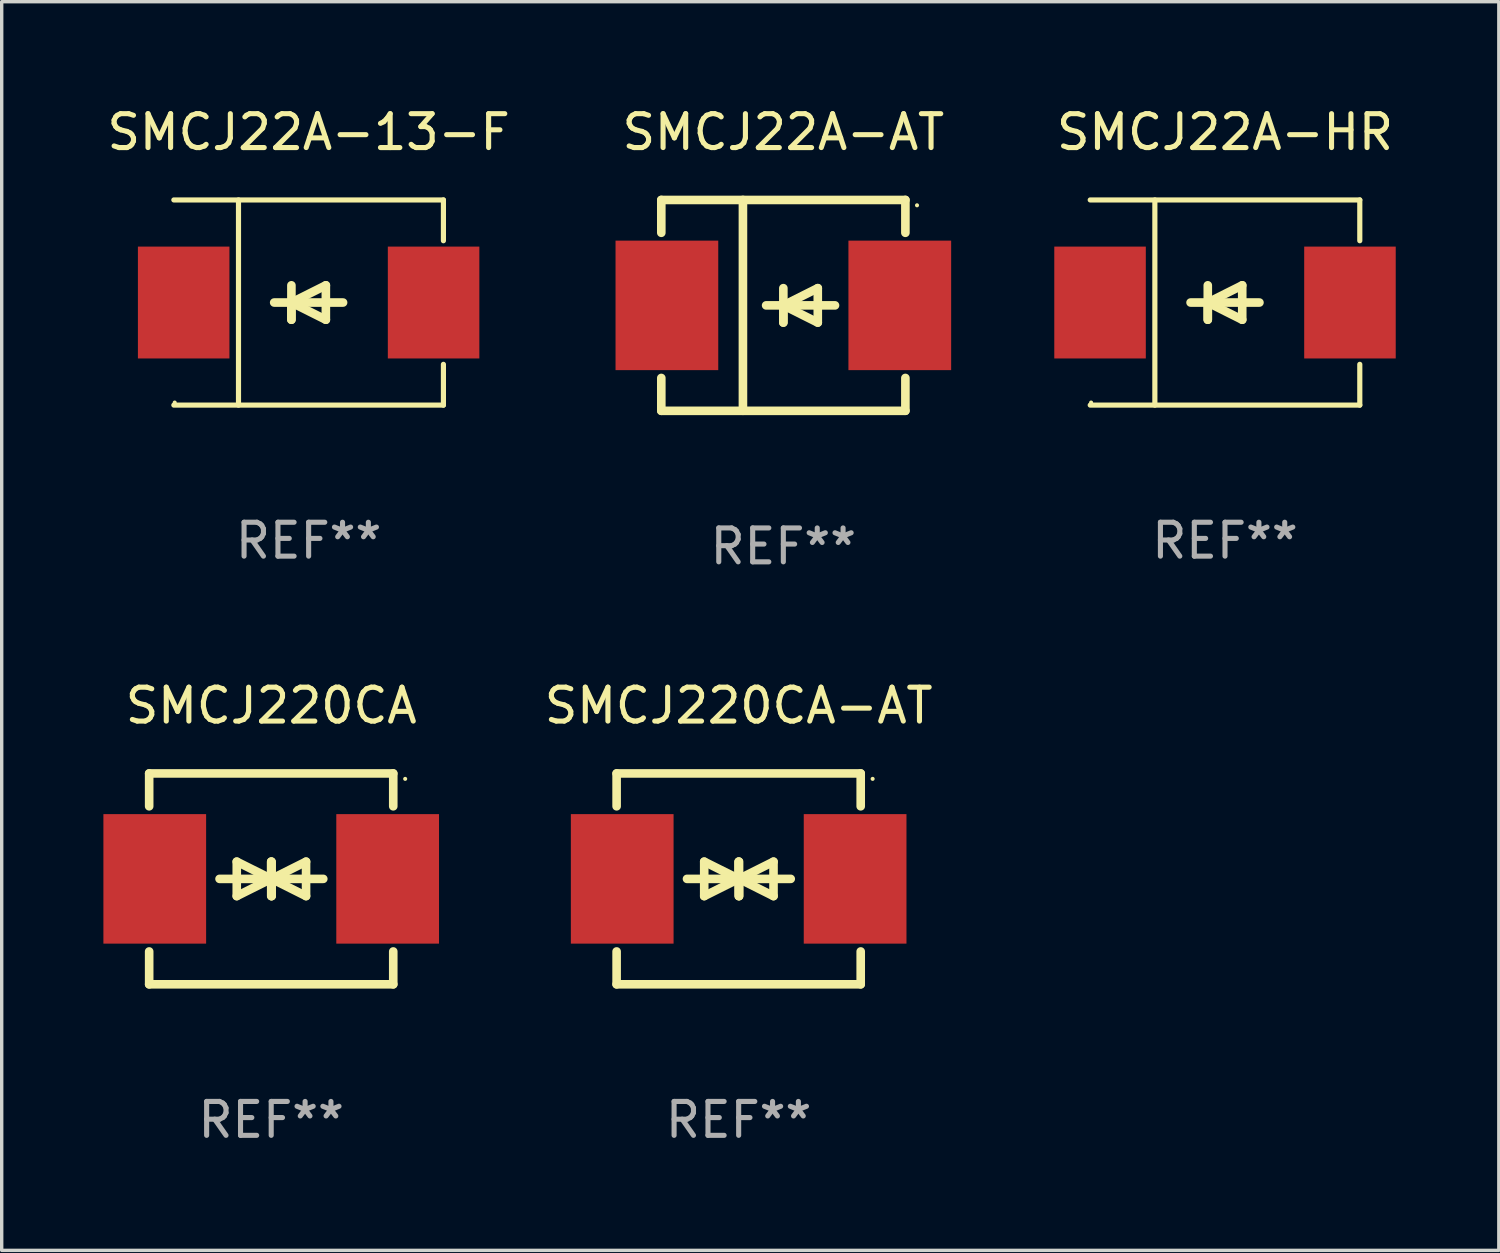
<source format=kicad_pcb>
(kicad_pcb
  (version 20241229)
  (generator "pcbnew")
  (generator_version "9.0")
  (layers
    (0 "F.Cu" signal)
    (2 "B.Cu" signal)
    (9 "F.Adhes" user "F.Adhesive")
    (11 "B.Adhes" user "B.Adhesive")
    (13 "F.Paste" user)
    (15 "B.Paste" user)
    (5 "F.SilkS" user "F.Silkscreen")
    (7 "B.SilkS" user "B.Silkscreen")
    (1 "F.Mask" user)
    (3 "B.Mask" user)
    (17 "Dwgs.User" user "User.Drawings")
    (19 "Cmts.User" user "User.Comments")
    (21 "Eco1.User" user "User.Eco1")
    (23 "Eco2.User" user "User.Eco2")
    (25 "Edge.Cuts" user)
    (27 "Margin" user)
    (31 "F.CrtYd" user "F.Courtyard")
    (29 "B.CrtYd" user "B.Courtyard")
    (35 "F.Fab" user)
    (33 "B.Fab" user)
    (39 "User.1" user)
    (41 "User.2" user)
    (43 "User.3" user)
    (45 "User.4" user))
  (footprint "SMCJ220CA"
    (layer "F.Cu")
    (at 4.95 22.875)
    (property "Reference" "SMCJ220CA" (at 0 -5.11 0) (layer "F.SilkS") (effects (font (size 1 1) (thickness 0.15))))
    (attr through_hole)
    (fp_line (start -3.6 -2.141) (end -3.6 -3.11) (stroke (width 0.254) (type solid)) (layer "F.SilkS"))
    (fp_line (start -3.6 3.11) (end -3.6 2.141) (stroke (width 0.254) (type solid)) (layer "F.SilkS"))
    (fp_line (start -1.524 0) (end 0.508 0) (stroke (width 0.254) (type solid)) (layer "F.SilkS"))
    (fp_line (start -1.016 -0.508) (end -1.016 0.508) (stroke (width 0.254) (type solid)) (layer "F.SilkS"))
    (fp_line (start -1.016 0.508) (end 0 0) (stroke (width 0.254) (type solid)) (layer "F.SilkS"))
    (fp_line (start 0 -0.508) (end 0 0.508) (stroke (width 0.254) (type solid)) (layer "F.SilkS"))
    (fp_line (start 0 0) (end -1.016 -0.508) (stroke (width 0.254) (type solid)) (layer "F.SilkS"))
    (fp_line (start 0 0) (end 0 -0.508) (stroke (width 0.254) (type solid)) (layer "F.SilkS"))
    (fp_line (start 0.012 0) (end 0.012 0.508) (stroke (width 0.254) (type solid)) (layer "F.SilkS"))
    (fp_line (start 0.012 0) (end 1.028 0.508) (stroke (width 0.254) (type solid)) (layer "F.SilkS"))
    (fp_line (start 0.012 0.508) (end 0.012 -0.508) (stroke (width 0.254) (type solid)) (layer "F.SilkS"))
    (fp_line (start 1.028 -0.508) (end 0.012 0) (stroke (width 0.254) (type solid)) (layer "F.SilkS"))
    (fp_line (start 1.028 0.508) (end 1.028 -0.508) (stroke (width 0.254) (type solid)) (layer "F.SilkS"))
    (fp_line (start 1.536 0) (end -0.496 0) (stroke (width 0.254) (type solid)) (layer "F.SilkS"))
    (fp_line (start 3.6 -3.11) (end -3.6 -3.11) (stroke (width 0.254) (type solid)) (layer "F.SilkS"))
    (fp_line (start 3.6 -2.141) (end 3.6 -3.11) (stroke (width 0.254) (type solid)) (layer "F.SilkS"))
    (fp_line (start 3.6 3.11) (end -3.6 3.11) (stroke (width 0.254) (type solid)) (layer "F.SilkS"))
    (fp_line (start 3.6 3.11) (end 3.6 2.141) (stroke (width 0.254) (type solid)) (layer "F.SilkS"))
    (fp_circle (center 3.952 -2.95) (end 3.982 -2.95) (stroke (width 0.06) (type solid)) (fill no) (layer "F.SilkS"))
    (fp_text user "REF**" (at 0 7.11 0) (layer "F.Fab") (effects (font (size 1 1) (thickness 0.15))))
    (pad "1" smd rect (at 3.435 0) (size 3.03 3.82) (layers "F.Cu" "F.Mask" "F.Paste"))
    (pad "2" smd rect (at -3.435 0) (size 3.03 3.82) (layers "F.Cu" "F.Mask" "F.Paste")))
  (footprint "SMCJ22A-AT"
    (layer "F.Cu")
    (at 20.057 5.958)
    (property "Reference" "SMCJ22A-AT" (at 0 -5.11 0) (layer "F.SilkS") (effects (font (size 1 1) (thickness 0.15))))
    (attr through_hole)
    (fp_line (start -3.6 -3.11) (end -3.6 -2.141) (stroke (width 0.254) (type solid)) (layer "F.SilkS"))
    (fp_line (start -3.6 -3.11) (end 3.6 -3.11) (stroke (width 0.254) (type solid)) (layer "F.SilkS"))
    (fp_line (start -3.6 2.141) (end -3.6 3.11) (stroke (width 0.254) (type solid)) (layer "F.SilkS"))
    (fp_line (start -3.6 3.11) (end 3.6 3.11) (stroke (width 0.254) (type solid)) (layer "F.SilkS"))
    (fp_line (start -1.192 -3.11) (end -1.192 3.11) (stroke (width 0.254) (type solid)) (layer "F.SilkS"))
    (fp_line (start 0 0) (end 0 0.508) (stroke (width 0.254) (type solid)) (layer "F.SilkS"))
    (fp_line (start 0 0) (end 1.016 0.508) (stroke (width 0.254) (type solid)) (layer "F.SilkS"))
    (fp_line (start 0 0.508) (end 0 -0.508) (stroke (width 0.254) (type solid)) (layer "F.SilkS"))
    (fp_line (start 1.016 -0.508) (end 0 0) (stroke (width 0.254) (type solid)) (layer "F.SilkS"))
    (fp_line (start 1.016 0.508) (end 1.016 -0.508) (stroke (width 0.254) (type solid)) (layer "F.SilkS"))
    (fp_line (start 1.524 0) (end -0.508 0) (stroke (width 0.254) (type solid)) (layer "F.SilkS"))
    (fp_line (start 3.6 -3.11) (end 3.6 -2.141) (stroke (width 0.254) (type solid)) (layer "F.SilkS"))
    (fp_line (start 3.6 2.141) (end 3.6 3.11) (stroke (width 0.254) (type solid)) (layer "F.SilkS"))
    (fp_circle (center 3.943 -2.952) (end 3.973 -2.952) (stroke (width 0.06) (type solid)) (fill no) (layer "F.SilkS"))
    (fp_text user "REF**" (at 0 7.11 0) (layer "F.Fab") (effects (font (size 1 1) (thickness 0.15))))
    (pad "1" smd rect (at 3.435 0 180) (size 3.03 3.82) (layers "F.Cu" "F.Mask" "F.Paste"))
    (pad "2" smd rect (at -3.435 0 180) (size 3.03 3.82) (layers "F.Cu" "F.Mask" "F.Paste")))
  (footprint "SMCJ22A-13-F"
    (layer "F.Cu")
    (at 6.054 5.874)
    (property "Reference" "SMCJ22A-13-F" (at 0 -5.026 0) (layer "F.SilkS") (effects (font (size 1 1) (thickness 0.15))))
    (attr through_hole)
    (fp_line (start -3.976 -3.026) (end 3.976 -3.026) (stroke (width 0.152) (type solid)) (layer "F.SilkS"))
    (fp_line (start -3.976 3.026) (end 3.976 3.026) (stroke (width 0.152) (type solid)) (layer "F.SilkS"))
    (fp_line (start -2.069 -3.026) (end -2.069 3.026) (stroke (width 0.152) (type solid)) (layer "F.SilkS"))
    (fp_line (start -0.508 0) (end -0.508 0.508) (stroke (width 0.254) (type solid)) (layer "F.SilkS"))
    (fp_line (start -0.508 0) (end 0.508 0.508) (stroke (width 0.254) (type solid)) (layer "F.SilkS"))
    (fp_line (start -0.508 0.508) (end -0.508 -0.508) (stroke (width 0.254) (type solid)) (layer "F.SilkS"))
    (fp_line (start 0.508 -0.508) (end -0.508 0) (stroke (width 0.254) (type solid)) (layer "F.SilkS"))
    (fp_line (start 0.508 0.508) (end 0.508 -0.508) (stroke (width 0.254) (type solid)) (layer "F.SilkS"))
    (fp_line (start 1.016 0) (end -1.016 0) (stroke (width 0.254) (type solid)) (layer "F.SilkS"))
    (fp_line (start 3.976 -3.026) (end 3.976 -1.823) (stroke (width 0.152) (type solid)) (layer "F.SilkS"))
    (fp_line (start 3.976 3.026) (end 3.976 1.823) (stroke (width 0.152) (type solid)) (layer "F.SilkS"))
    (fp_circle (center -3.95 2.95) (end -3.92 2.95) (stroke (width 0.06) (type solid)) (fill no) (layer "F.SilkS"))
    (fp_text user "REF**" (at 0 7.026 0) (layer "F.Fab") (effects (font (size 1 1) (thickness 0.15))))
    (pad "1" smd rect (at -3.686 0) (size 2.7 3.3) (layers "F.Cu" "F.Mask" "F.Paste"))
    (pad "2" smd rect (at 3.686 0) (size 2.7 3.3) (layers "F.Cu" "F.Mask" "F.Paste")))
  (footprint "SMCJ22A-HR"
    (layer "F.Cu")
    (at 33.085 5.874)
    (property "Reference" "SMCJ22A-HR" (at 0 -5.026 0) (layer "F.SilkS") (effects (font (size 1 1) (thickness 0.15))))
    (attr through_hole)
    (fp_line (start -3.976 -3.026) (end 3.976 -3.026) (stroke (width 0.152) (type solid)) (layer "F.SilkS"))
    (fp_line (start -3.976 3.026) (end 3.976 3.026) (stroke (width 0.152) (type solid)) (layer "F.SilkS"))
    (fp_line (start -2.069 -3.026) (end -2.069 3.026) (stroke (width 0.152) (type solid)) (layer "F.SilkS"))
    (fp_line (start -0.508 0) (end -0.508 0.508) (stroke (width 0.254) (type solid)) (layer "F.SilkS"))
    (fp_line (start -0.508 0) (end 0.508 0.508) (stroke (width 0.254) (type solid)) (layer "F.SilkS"))
    (fp_line (start -0.508 0.508) (end -0.508 -0.508) (stroke (width 0.254) (type solid)) (layer "F.SilkS"))
    (fp_line (start 0.508 -0.508) (end -0.508 0) (stroke (width 0.254) (type solid)) (layer "F.SilkS"))
    (fp_line (start 0.508 0.508) (end 0.508 -0.508) (stroke (width 0.254) (type solid)) (layer "F.SilkS"))
    (fp_line (start 1.016 0) (end -1.016 0) (stroke (width 0.254) (type solid)) (layer "F.SilkS"))
    (fp_line (start 3.976 -3.026) (end 3.976 -1.823) (stroke (width 0.152) (type solid)) (layer "F.SilkS"))
    (fp_line (start 3.976 3.026) (end 3.976 1.823) (stroke (width 0.152) (type solid)) (layer "F.SilkS"))
    (fp_circle (center -3.95 2.95) (end -3.92 2.95) (stroke (width 0.06) (type solid)) (fill no) (layer "F.SilkS"))
    (fp_text user "REF**" (at 0 7.026 0) (layer "F.Fab") (effects (font (size 1 1) (thickness 0.15))))
    (pad "1" smd rect (at -3.686 0) (size 2.7 3.3) (layers "F.Cu" "F.Mask" "F.Paste"))
    (pad "2" smd rect (at 3.686 0) (size 2.7 3.3) (layers "F.Cu" "F.Mask" "F.Paste")))
  (footprint "SMCJ220CA-AT"
    (layer "F.Cu")
    (at 18.739 22.875)
    (property "Reference" "SMCJ220CA-AT" (at 0 -5.11 0) (layer "F.SilkS") (effects (font (size 1 1) (thickness 0.15))))
    (attr through_hole)
    (fp_line (start -3.6 -2.141) (end -3.6 -3.11) (stroke (width 0.254) (type solid)) (layer "F.SilkS"))
    (fp_line (start -3.6 3.11) (end -3.6 2.141) (stroke (width 0.254) (type solid)) (layer "F.SilkS"))
    (fp_line (start -1.524 0) (end 0.508 0) (stroke (width 0.254) (type solid)) (layer "F.SilkS"))
    (fp_line (start -1.016 -0.508) (end -1.016 0.508) (stroke (width 0.254) (type solid)) (layer "F.SilkS"))
    (fp_line (start -1.016 0.508) (end 0 0) (stroke (width 0.254) (type solid)) (layer "F.SilkS"))
    (fp_line (start 0 -0.508) (end 0 0.508) (stroke (width 0.254) (type solid)) (layer "F.SilkS"))
    (fp_line (start 0 0) (end -1.016 -0.508) (stroke (width 0.254) (type solid)) (layer "F.SilkS"))
    (fp_line (start 0 0) (end 0 -0.508) (stroke (width 0.254) (type solid)) (layer "F.SilkS"))
    (fp_line (start 0.012 0) (end 0.012 0.508) (stroke (width 0.254) (type solid)) (layer "F.SilkS"))
    (fp_line (start 0.012 0) (end 1.028 0.508) (stroke (width 0.254) (type solid)) (layer "F.SilkS"))
    (fp_line (start 0.012 0.508) (end 0.012 -0.508) (stroke (width 0.254) (type solid)) (layer "F.SilkS"))
    (fp_line (start 1.028 -0.508) (end 0.012 0) (stroke (width 0.254) (type solid)) (layer "F.SilkS"))
    (fp_line (start 1.028 0.508) (end 1.028 -0.508) (stroke (width 0.254) (type solid)) (layer "F.SilkS"))
    (fp_line (start 1.536 0) (end -0.496 0) (stroke (width 0.254) (type solid)) (layer "F.SilkS"))
    (fp_line (start 3.6 -3.11) (end -3.6 -3.11) (stroke (width 0.254) (type solid)) (layer "F.SilkS"))
    (fp_line (start 3.6 -2.141) (end 3.6 -3.11) (stroke (width 0.254) (type solid)) (layer "F.SilkS"))
    (fp_line (start 3.6 3.11) (end -3.6 3.11) (stroke (width 0.254) (type solid)) (layer "F.SilkS"))
    (fp_line (start 3.6 3.11) (end 3.6 2.141) (stroke (width 0.254) (type solid)) (layer "F.SilkS"))
    (fp_circle (center 3.952 -2.95) (end 3.982 -2.95) (stroke (width 0.06) (type solid)) (fill no) (layer "F.SilkS"))
    (fp_text user "REF**" (at 0 7.11 0) (layer "F.Fab") (effects (font (size 1 1) (thickness 0.15))))
    (pad "1" smd rect (at 3.435 0) (size 3.03 3.82) (layers "F.Cu" "F.Mask" "F.Paste"))
    (pad "2" smd rect (at -3.435 0) (size 3.03 3.82) (layers "F.Cu" "F.Mask" "F.Paste")))
  (gr_rect
    (start -3 -3)
    (end 41.162 33.833)
    (stroke (width 0.1) (type default))
    (fill no)
    (layer "Edge.Cuts")))
</source>
